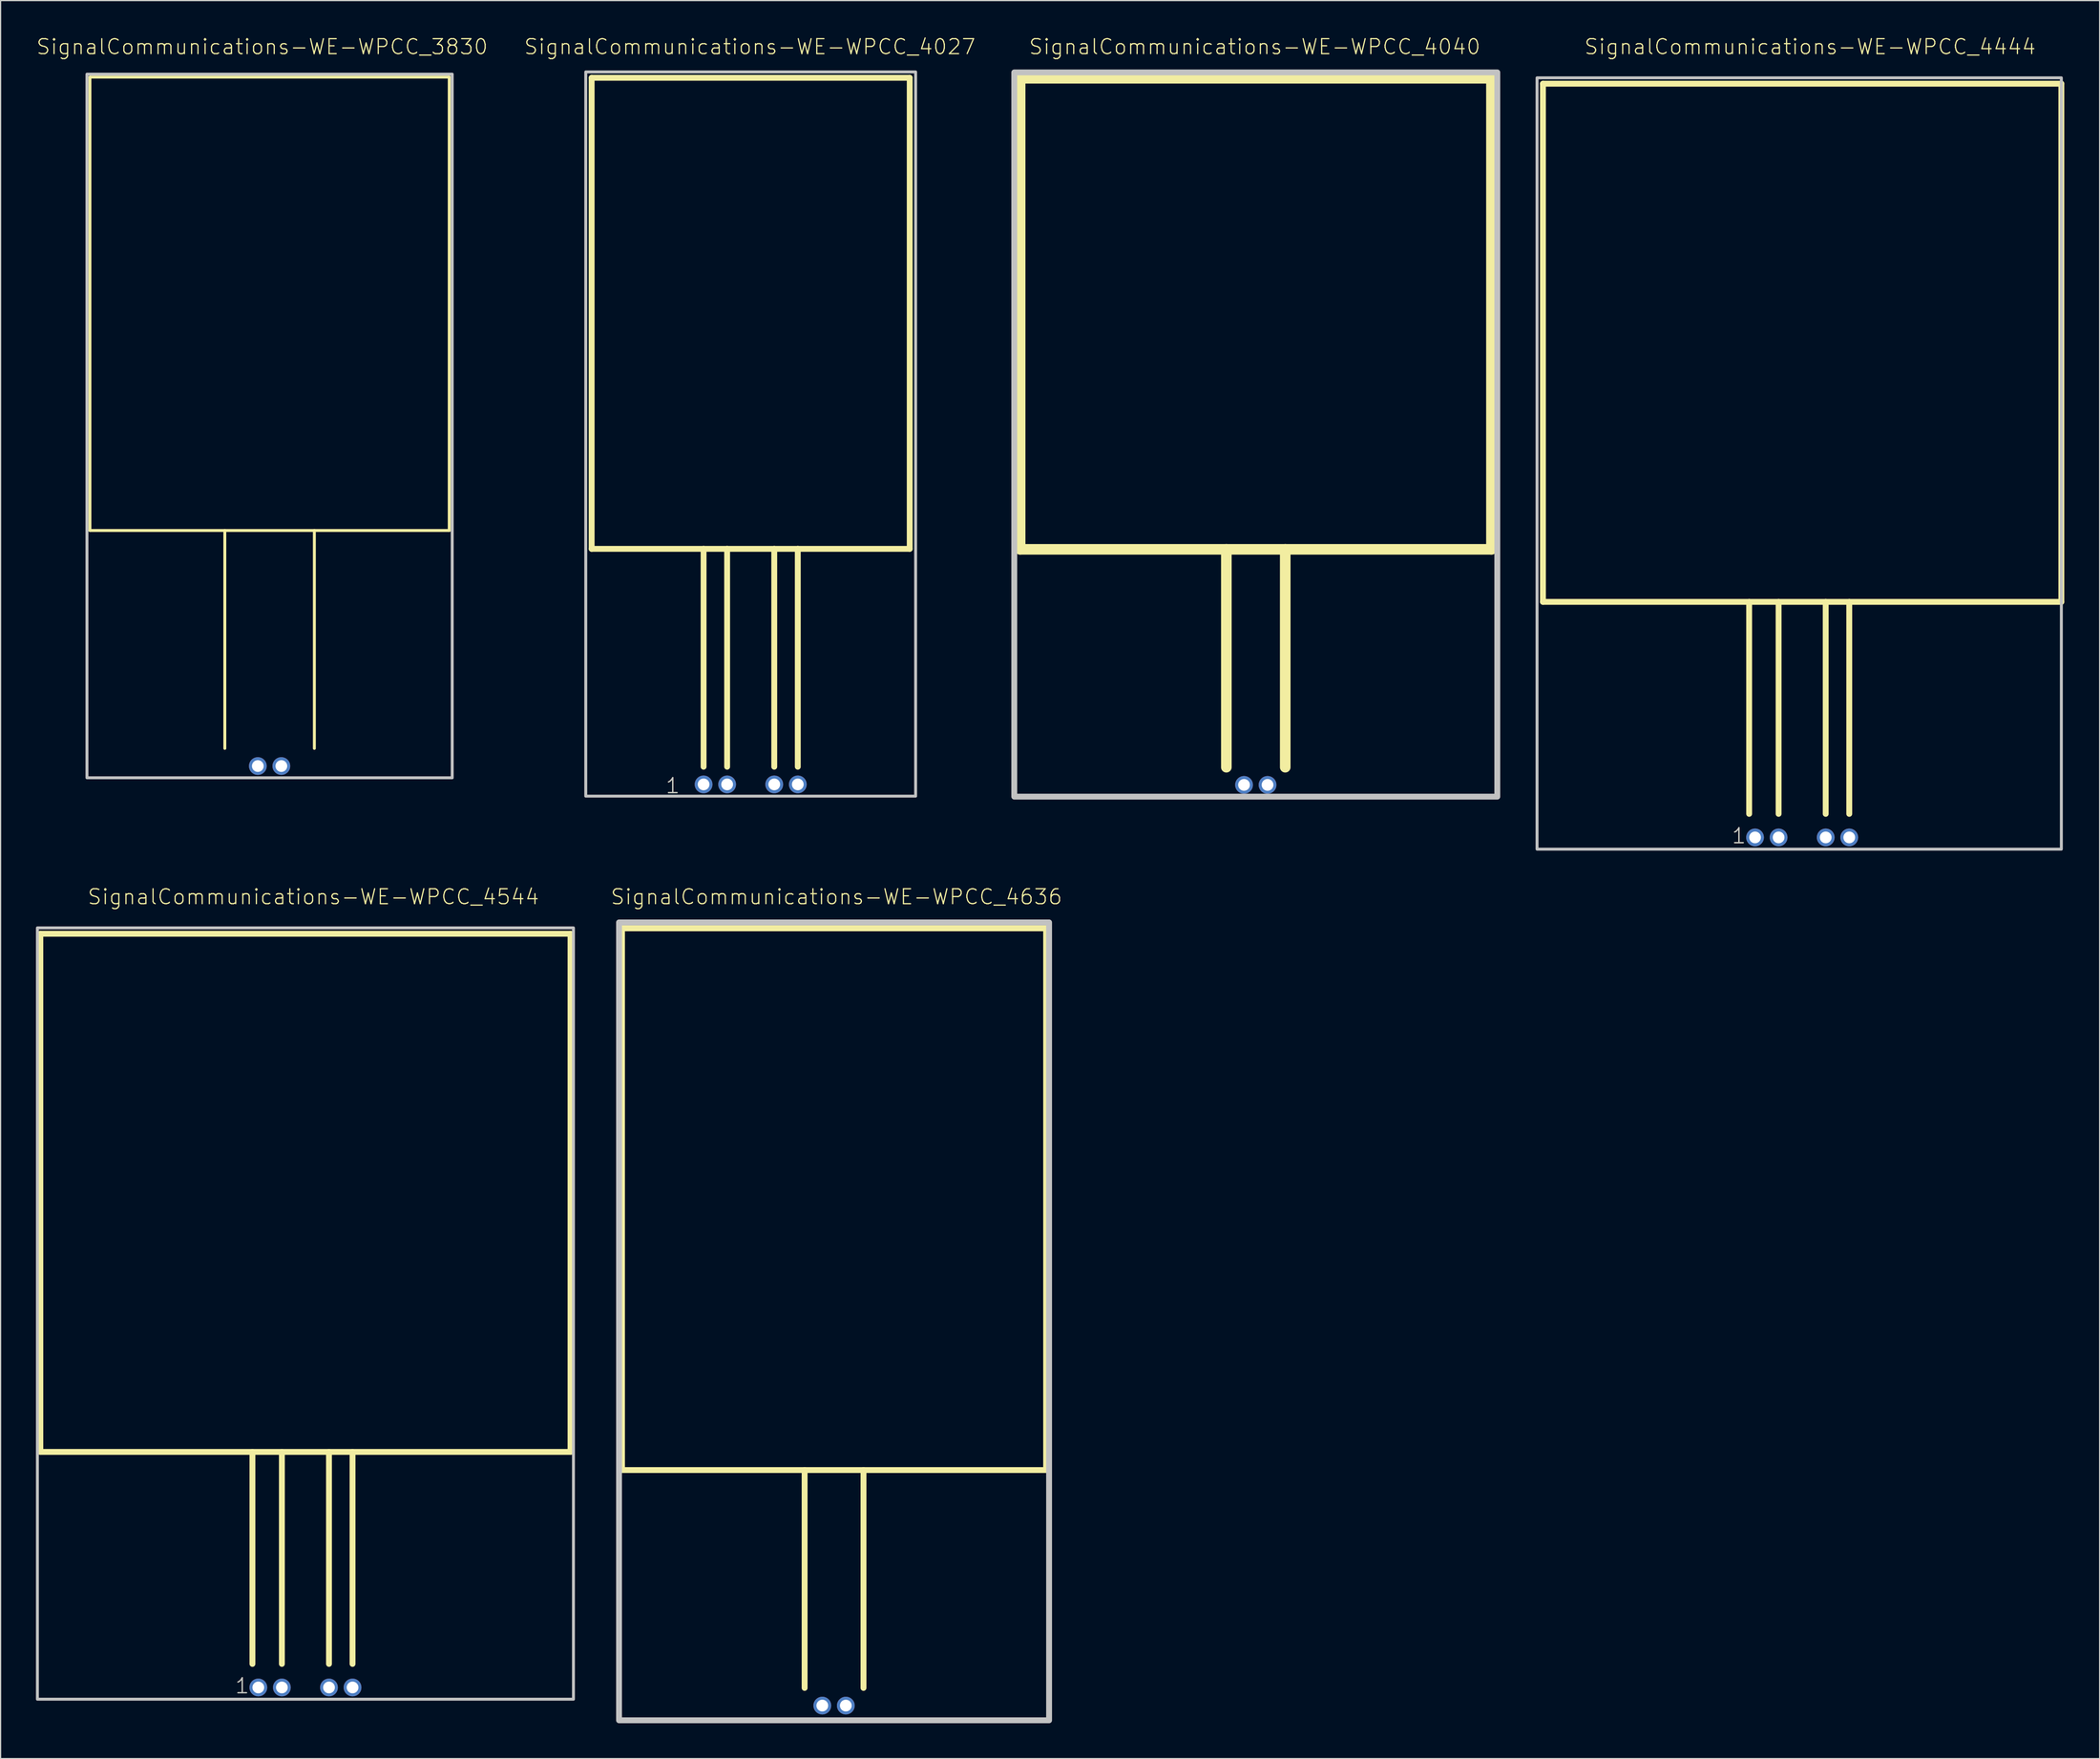
<source format=kicad_pcb>
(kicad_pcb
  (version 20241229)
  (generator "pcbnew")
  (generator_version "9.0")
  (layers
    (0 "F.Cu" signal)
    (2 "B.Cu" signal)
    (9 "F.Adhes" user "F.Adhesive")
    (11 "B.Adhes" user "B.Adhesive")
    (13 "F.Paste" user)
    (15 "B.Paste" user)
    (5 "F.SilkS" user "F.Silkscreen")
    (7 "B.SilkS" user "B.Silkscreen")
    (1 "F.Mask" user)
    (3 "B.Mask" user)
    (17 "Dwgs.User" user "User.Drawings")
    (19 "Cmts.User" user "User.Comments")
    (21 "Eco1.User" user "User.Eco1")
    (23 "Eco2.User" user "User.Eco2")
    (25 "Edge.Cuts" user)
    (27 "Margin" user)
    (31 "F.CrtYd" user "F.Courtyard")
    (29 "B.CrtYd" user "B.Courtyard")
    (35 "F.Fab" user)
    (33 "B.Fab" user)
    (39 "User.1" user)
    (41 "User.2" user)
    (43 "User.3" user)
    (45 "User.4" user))
  (footprint "SignalCommunications-WE-WPCC_4444"
    (layer "F.Cu")
    (at 149.903 68.056)
    (property "Reference" "SignalCommunications-WE-WPCC_4444" (at 0.673 -67.135 0) (layer "F.SilkS") (effects (font (size 1.27 1.27) (thickness 0.102))))
    (attr exclude_from_pos_files exclude_from_bom)
    (fp_line (start -21.999 -63.998) (end 21.999 -63.998) (stroke (width 0.498) (type solid)) (layer "F.SilkS"))
    (fp_line (start -21.999 -20) (end -21.999 -63.998) (stroke (width 0.498) (type solid)) (layer "F.SilkS"))
    (fp_line (start -4.498 -20) (end -21.999 -20) (stroke (width 0.498) (type solid)) (layer "F.SilkS"))
    (fp_line (start -4.498 -1.999) (end -4.498 -20) (stroke (width 0.498) (type solid)) (layer "F.SilkS"))
    (fp_line (start -1.999 -20) (end -4.498 -20) (stroke (width 0.498) (type solid)) (layer "F.SilkS"))
    (fp_line (start -1.999 -1.999) (end -1.999 -20) (stroke (width 0.498) (type solid)) (layer "F.SilkS"))
    (fp_line (start 1.999 -20) (end -1.999 -20) (stroke (width 0.498) (type solid)) (layer "F.SilkS"))
    (fp_line (start 1.999 -1.999) (end 1.999 -20) (stroke (width 0.498) (type solid)) (layer "F.SilkS"))
    (fp_line (start 3.998 -20) (end 1.999 -20) (stroke (width 0.498) (type solid)) (layer "F.SilkS"))
    (fp_line (start 3.998 -1.999) (end 3.998 -20) (stroke (width 0.498) (type solid)) (layer "F.SilkS"))
    (fp_line (start 21.999 -63.998) (end 21.999 -20) (stroke (width 0.498) (type solid)) (layer "F.SilkS"))
    (fp_line (start 21.999 -20) (end 3.998 -20) (stroke (width 0.498) (type solid)) (layer "F.SilkS"))
    (fp_poly (pts (xy -22.499 -64.498) (xy 21.999 -64.498) (xy 21.999 0.998) (xy -22.499 0.998) (xy -22.499 -64.498)) (stroke (width 0.249) (type solid)) (fill no) (layer "Dwgs.User"))
    (fp_text user "1" (at -5.364 -0.135 0) (layer "F.SilkS") (effects (font (size 1.27 1.27) (thickness 0.102))))
    (fp_text user "1" (at -5.364 -0.135 0) (layer "Dwgs.User") (effects (font (size 1.27 1.27) (thickness 0.102))))
    (pad "1" thru_hole circle (at -3.998 0) (size 1.506 1.506) (drill 0.998) (layers "*.Cu" "*.Paste" "*.Mask"))
    (pad "2" thru_hole circle (at -1.999 0) (size 1.506 1.506) (drill 0.998) (layers "*.Cu" "*.Paste" "*.Mask"))
    (pad "3" thru_hole circle (at 1.999 0) (size 1.506 1.506) (drill 0.998) (layers "*.Cu" "*.Paste" "*.Mask"))
    (pad "4" thru_hole circle (at 3.998 0) (size 1.506 1.506) (drill 0.998) (layers "*.Cu" "*.Paste" "*.Mask")))
  (footprint "SignalCommunications-WE-WPCC_3830"
    (layer "F.Cu")
    (at 19.831 61.996)
    (property "Reference" "SignalCommunications-WE-WPCC_3830" (at -0.635 -61.074 0) (layer "F.SilkS") (effects (font (size 1.27 1.27) (thickness 0.102))))
    (attr exclude_from_pos_files exclude_from_bom)
    (fp_line (start -15.248 -58.499) (end 15.248 -58.499) (stroke (width 0.249) (type solid)) (layer "F.SilkS"))
    (fp_line (start -15.248 -20) (end -15.248 -58.499) (stroke (width 0.249) (type solid)) (layer "F.SilkS"))
    (fp_line (start -3.8 -20) (end -15.248 -20) (stroke (width 0.249) (type solid)) (layer "F.SilkS"))
    (fp_line (start -3.8 -20) (end -3.8 -1.499) (stroke (width 0.249) (type solid)) (layer "F.SilkS"))
    (fp_line (start 3.8 -20) (end -3.8 -20) (stroke (width 0.249) (type solid)) (layer "F.SilkS"))
    (fp_line (start 3.8 -20) (end 3.8 -1.499) (stroke (width 0.249) (type solid)) (layer "F.SilkS"))
    (fp_line (start 15.248 -58.499) (end 15.248 -20) (stroke (width 0.249) (type solid)) (layer "F.SilkS"))
    (fp_line (start 15.248 -20) (end 3.8 -20) (stroke (width 0.249) (type solid)) (layer "F.SilkS"))
    (fp_poly (pts (xy -15.499 -58.748) (xy 15.499 -58.748) (xy 15.499 0.998) (xy -15.499 0.998) (xy -15.499 -58.748)) (stroke (width 0.249) (type solid)) (fill no) (layer "Dwgs.User"))
    (pad "1" thru_hole circle (at -0.998 0) (size 1.506 1.506) (drill 0.998) (layers "*.Cu" "*.Paste" "*.Mask"))
    (pad "2" thru_hole circle (at 0.998 0) (size 1.506 1.506) (drill 0.998) (layers "*.Cu" "*.Paste" "*.Mask")))
  (footprint "SignalCommunications-WE-WPCC_4636"
    (layer "F.Cu")
    (at 67.739 141.774)
    (property "Reference" "SignalCommunications-WE-WPCC_4636" (at 0.203 -68.674 0) (layer "F.SilkS") (effects (font (size 1.27 1.27) (thickness 0.102))))
    (attr exclude_from_pos_files exclude_from_bom)
    (fp_line (start -17.998 -65.999) (end 17.998 -65.999) (stroke (width 0.498) (type solid)) (layer "F.SilkS"))
    (fp_line (start -17.998 -20) (end -17.998 -65.999) (stroke (width 0.498) (type solid)) (layer "F.SilkS"))
    (fp_line (start -2.499 -20) (end -17.998 -20) (stroke (width 0.498) (type solid)) (layer "F.SilkS"))
    (fp_line (start -2.499 -20) (end -2.499 -1.499) (stroke (width 0.498) (type solid)) (layer "F.SilkS"))
    (fp_line (start 2.499 -20) (end -2.499 -20) (stroke (width 0.498) (type solid)) (layer "F.SilkS"))
    (fp_line (start 2.499 -20) (end 2.499 -1.499) (stroke (width 0.498) (type solid)) (layer "F.SilkS"))
    (fp_line (start 17.998 -65.999) (end 17.998 -20) (stroke (width 0.498) (type solid)) (layer "F.SilkS"))
    (fp_line (start 17.998 -20) (end 2.499 -20) (stroke (width 0.498) (type solid)) (layer "F.SilkS"))
    (fp_poly (pts (xy -18.25 -66.5) (xy 18.25 -66.5) (xy 18.25 1.25) (xy -18.25 1.25) (xy -18.25 -66.5)) (stroke (width 0.498) (type solid)) (fill no) (layer "Dwgs.User"))
    (pad "1" thru_hole circle (at -0.998 0) (size 1.506 1.506) (drill 0.998) (layers "*.Cu" "*.Paste" "*.Mask"))
    (pad "2" thru_hole circle (at 0.998 0) (size 1.506 1.506) (drill 0.998) (layers "*.Cu" "*.Paste" "*.Mask")))
  (footprint "SignalCommunications-WE-WPCC_4040"
    (layer "F.Cu")
    (at 103.532 63.596)
    (property "Reference" "SignalCommunications-WE-WPCC_4040" (at -0.094 -62.675 0) (layer "F.SilkS") (effects (font (size 1.27 1.27) (thickness 0.102))))
    (attr exclude_from_pos_files exclude_from_bom)
    (fp_line (start -20 -60) (end 20 -60) (stroke (width 0.899) (type solid)) (layer "F.SilkS"))
    (fp_line (start -20 -20) (end -20 -60) (stroke (width 0.899) (type solid)) (layer "F.SilkS"))
    (fp_line (start -2.499 -20) (end -20 -20) (stroke (width 0.899) (type solid)) (layer "F.SilkS"))
    (fp_line (start -2.499 -20) (end -2.499 -1.499) (stroke (width 0.899) (type solid)) (layer "F.SilkS"))
    (fp_line (start 2.499 -20) (end -2.499 -20) (stroke (width 0.899) (type solid)) (layer "F.SilkS"))
    (fp_line (start 2.499 -20) (end 2.499 -1.499) (stroke (width 0.899) (type solid)) (layer "F.SilkS"))
    (fp_line (start 20 -60) (end 20 -20) (stroke (width 0.899) (type solid)) (layer "F.SilkS"))
    (fp_line (start 20 -20) (end 2.499 -20) (stroke (width 0.899) (type solid)) (layer "F.SilkS"))
    (fp_poly (pts (xy -20.498 -60.498) (xy 20.498 -60.498) (xy 20.498 0.998) (xy -20.498 0.998) (xy -20.498 -60.498)) (stroke (width 0.498) (type solid)) (fill no) (layer "Dwgs.User"))
    (pad "1" thru_hole circle (at -0.998 0) (size 1.506 1.506) (drill 0.998) (layers "*.Cu" "*.Paste" "*.Mask"))
    (pad "2" thru_hole circle (at 0.998 0) (size 1.506 1.506) (drill 0.998) (layers "*.Cu" "*.Paste" "*.Mask")))
  (footprint "SignalCommunications-WE-WPCC_4544"
    (layer "F.Cu")
    (at 22.873 140.235)
    (property "Reference" "SignalCommunications-WE-WPCC_4544" (at 0.673 -67.135 0) (layer "F.SilkS") (effects (font (size 1.27 1.27) (thickness 0.102))))
    (attr exclude_from_pos_files exclude_from_bom)
    (fp_line (start -22.499 -63.998) (end 22.499 -63.998) (stroke (width 0.498) (type solid)) (layer "F.SilkS"))
    (fp_line (start -22.499 -20) (end -22.499 -63.998) (stroke (width 0.498) (type solid)) (layer "F.SilkS"))
    (fp_line (start -4.498 -20) (end -22.499 -20) (stroke (width 0.498) (type solid)) (layer "F.SilkS"))
    (fp_line (start -4.498 -1.999) (end -4.498 -20) (stroke (width 0.498) (type solid)) (layer "F.SilkS"))
    (fp_line (start -1.999 -20) (end -4.498 -20) (stroke (width 0.498) (type solid)) (layer "F.SilkS"))
    (fp_line (start -1.999 -1.999) (end -1.999 -20) (stroke (width 0.498) (type solid)) (layer "F.SilkS"))
    (fp_line (start 1.999 -20) (end -1.999 -20) (stroke (width 0.498) (type solid)) (layer "F.SilkS"))
    (fp_line (start 1.999 -1.999) (end 1.999 -20) (stroke (width 0.498) (type solid)) (layer "F.SilkS"))
    (fp_line (start 3.998 -20) (end 1.999 -20) (stroke (width 0.498) (type solid)) (layer "F.SilkS"))
    (fp_line (start 3.998 -1.999) (end 3.998 -20) (stroke (width 0.498) (type solid)) (layer "F.SilkS"))
    (fp_line (start 22.499 -63.998) (end 22.499 -20) (stroke (width 0.498) (type solid)) (layer "F.SilkS"))
    (fp_line (start 22.499 -20) (end 3.998 -20) (stroke (width 0.498) (type solid)) (layer "F.SilkS"))
    (fp_poly (pts (xy -22.748 -64.498) (xy 22.748 -64.498) (xy 22.748 0.998) (xy -22.748 0.998) (xy -22.748 -64.498)) (stroke (width 0.249) (type solid)) (fill no) (layer "Dwgs.User"))
    (fp_text user "1" (at -5.364 -0.135 0) (layer "F.SilkS") (effects (font (size 1.27 1.27) (thickness 0.102))))
    (fp_text user "1" (at -5.364 -0.135 0) (layer "Dwgs.User") (effects (font (size 1.27 1.27) (thickness 0.102))))
    (pad "1" thru_hole circle (at -3.998 0) (size 1.506 1.506) (drill 0.998) (layers "*.Cu" "*.Paste" "*.Mask"))
    (pad "2" thru_hole circle (at -1.999 0) (size 1.506 1.506) (drill 0.998) (layers "*.Cu" "*.Paste" "*.Mask"))
    (pad "3" thru_hole circle (at 1.999 0) (size 1.506 1.506) (drill 0.998) (layers "*.Cu" "*.Paste" "*.Mask"))
    (pad "4" thru_hole circle (at 3.998 0) (size 1.506 1.506) (drill 0.998) (layers "*.Cu" "*.Paste" "*.Mask")))
  (footprint "SignalCommunications-WE-WPCC_4027"
    (layer "F.Cu")
    (at 60.663 63.555)
    (property "Reference" "SignalCommunications-WE-WPCC_4027" (at -0.074 -62.634 0) (layer "F.SilkS") (effects (font (size 1.27 1.27) (thickness 0.102))))
    (attr exclude_from_pos_files exclude_from_bom)
    (fp_line (start -13.498 -60) (end 13.498 -60) (stroke (width 0.498) (type solid)) (layer "F.SilkS"))
    (fp_line (start -13.498 -20) (end -13.498 -60) (stroke (width 0.498) (type solid)) (layer "F.SilkS"))
    (fp_line (start -3.998 -20) (end -13.498 -20) (stroke (width 0.498) (type solid)) (layer "F.SilkS"))
    (fp_line (start -3.998 -20) (end -3.998 -1.499) (stroke (width 0.498) (type solid)) (layer "F.SilkS"))
    (fp_line (start -1.999 -20) (end -3.998 -20) (stroke (width 0.498) (type solid)) (layer "F.SilkS"))
    (fp_line (start -1.999 -20) (end -1.999 -1.499) (stroke (width 0.498) (type solid)) (layer "F.SilkS"))
    (fp_line (start 1.999 -20) (end -1.999 -20) (stroke (width 0.498) (type solid)) (layer "F.SilkS"))
    (fp_line (start 1.999 -20) (end 1.999 -1.499) (stroke (width 0.498) (type solid)) (layer "F.SilkS"))
    (fp_line (start 3.998 -20) (end 1.999 -20) (stroke (width 0.498) (type solid)) (layer "F.SilkS"))
    (fp_line (start 3.998 -20) (end 3.998 -1.499) (stroke (width 0.498) (type solid)) (layer "F.SilkS"))
    (fp_line (start 13.498 -60) (end 13.498 -20) (stroke (width 0.498) (type solid)) (layer "F.SilkS"))
    (fp_line (start 13.498 -20) (end 3.998 -20) (stroke (width 0.498) (type solid)) (layer "F.SilkS"))
    (fp_poly (pts (xy -13.998 -60.498) (xy 13.998 -60.498) (xy 13.998 0.998) (xy -13.998 0.998) (xy -13.998 -60.498)) (stroke (width 0.249) (type solid)) (fill no) (layer "Dwgs.User"))
    (fp_text user "1" (at -6.614 0.114 0) (layer "F.SilkS") (effects (font (size 1.27 1.27) (thickness 0.102))))
    (fp_text user "1" (at -6.614 0.114 0) (layer "Dwgs.User") (effects (font (size 1.27 1.27) (thickness 0.102))))
    (pad "1" thru_hole circle (at -3.998 0) (size 1.506 1.506) (drill 0.998) (layers "*.Cu" "*.Paste" "*.Mask"))
    (pad "2" thru_hole circle (at -1.999 0) (size 1.506 1.506) (drill 0.998) (layers "*.Cu" "*.Paste" "*.Mask"))
    (pad "3" thru_hole circle (at 1.999 0) (size 1.506 1.506) (drill 0.998) (layers "*.Cu" "*.Paste" "*.Mask"))
    (pad "4" thru_hole circle (at 3.998 0) (size 1.506 1.506) (drill 0.998) (layers "*.Cu" "*.Paste" "*.Mask")))
  (gr_rect
    (start -3 -3)
    (end 175.15 146.273)
    (stroke (width 0.1) (type default))
    (fill no)
    (layer "Edge.Cuts")))
</source>
